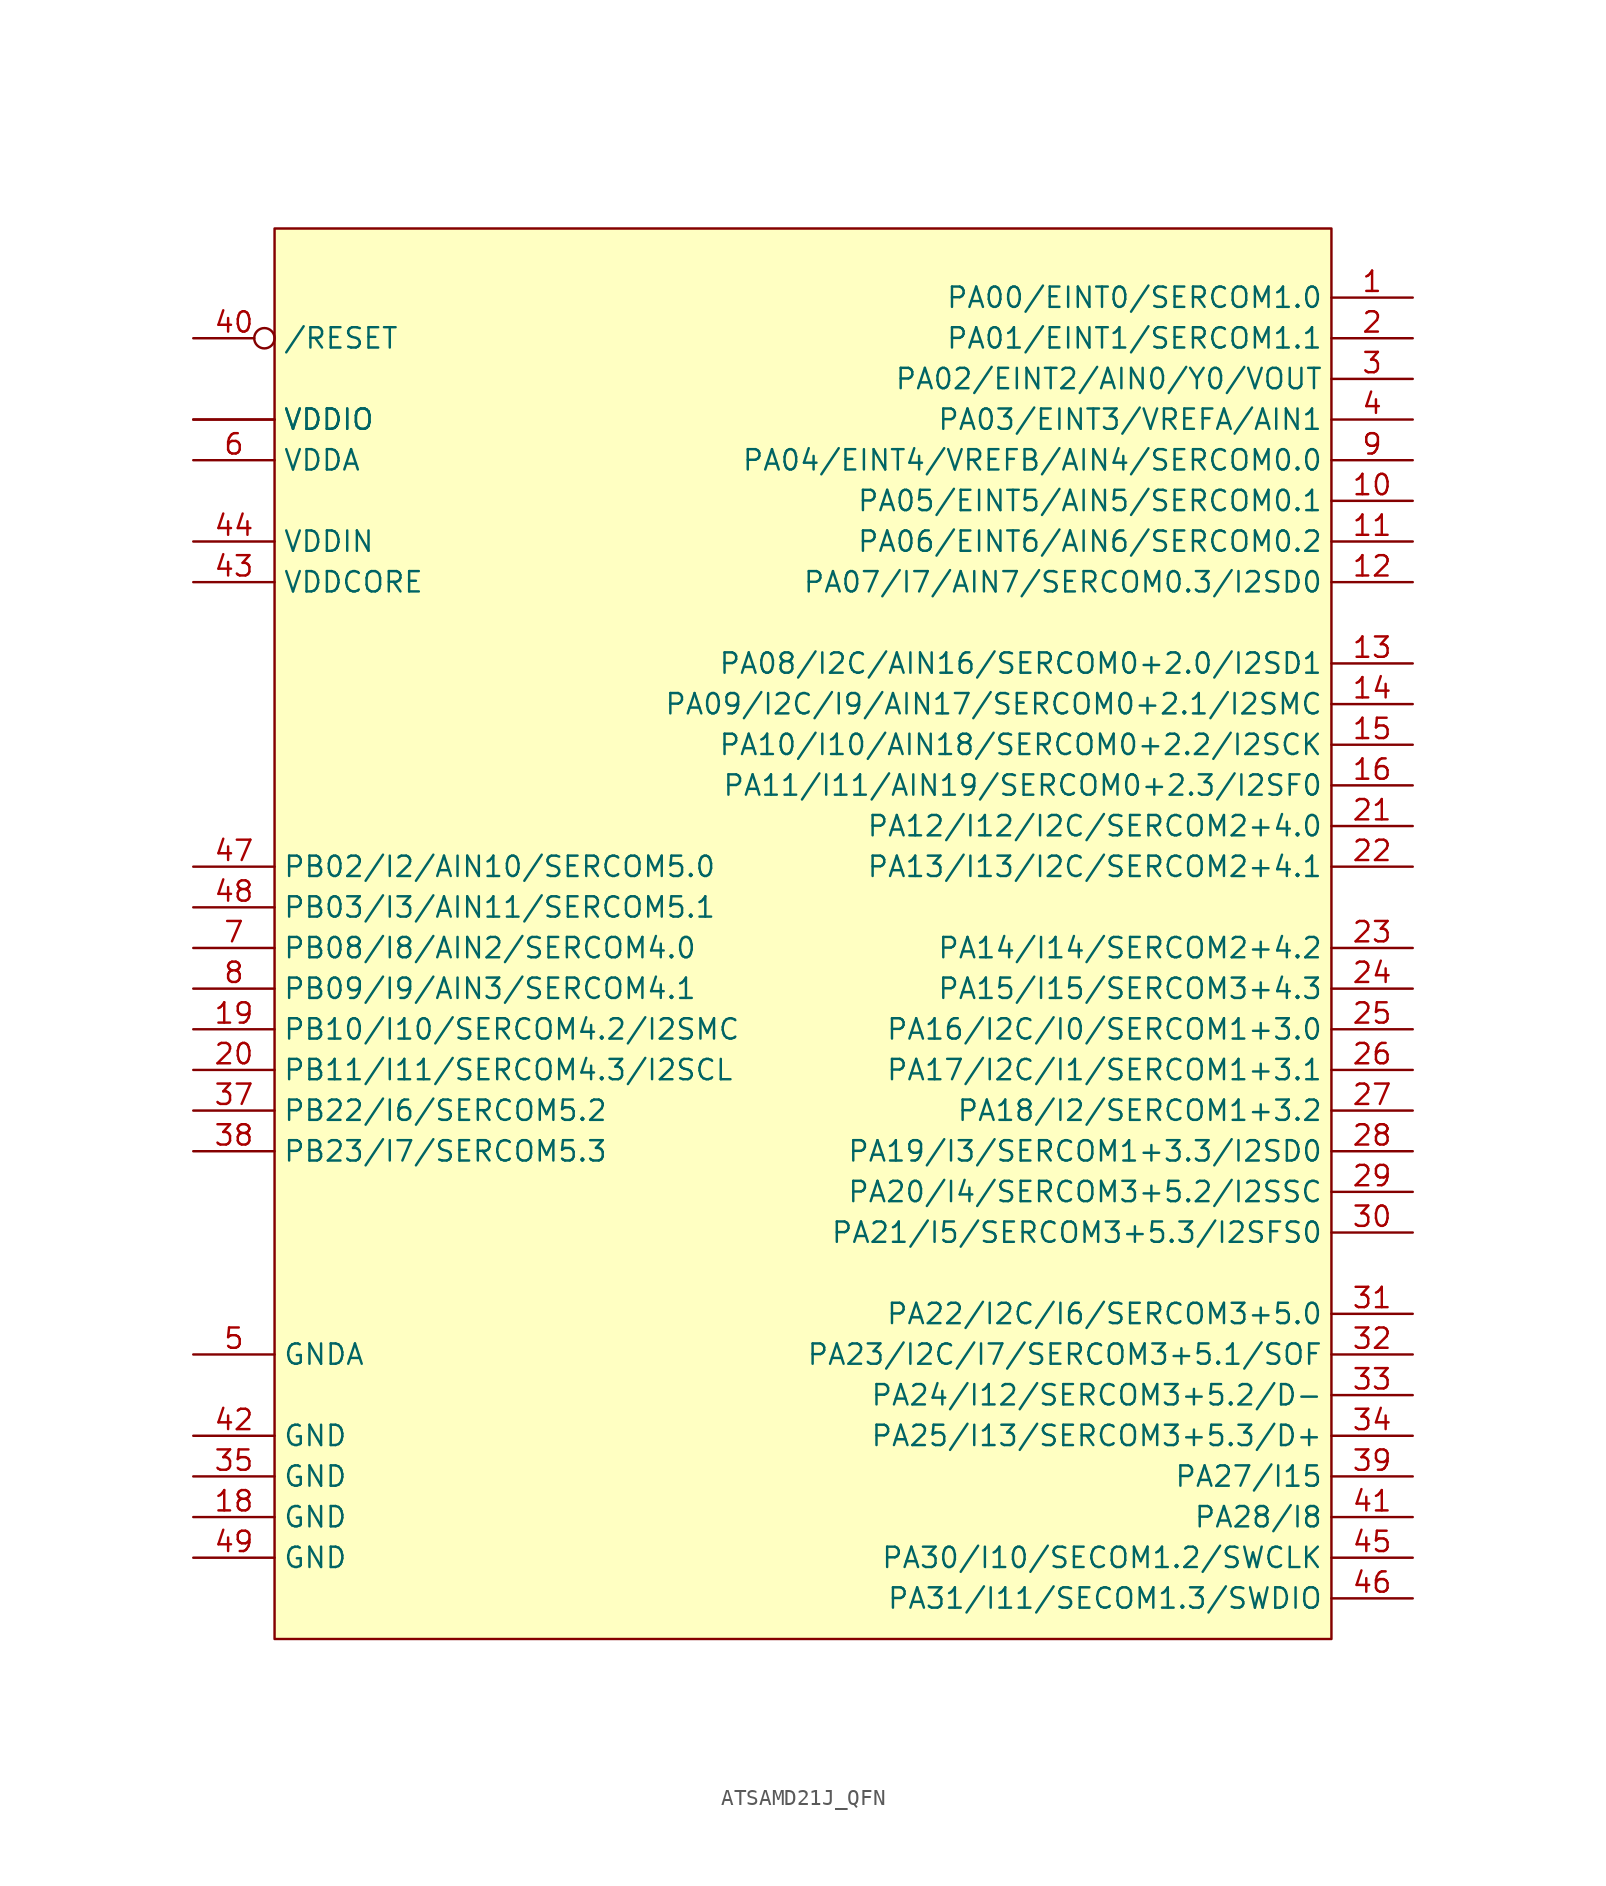
<source format=kicad_sym>
(kicad_symbol_lib
  (version 20241209)
  (generator "kicad_symbol_editor")
  (generator_version "9.0")
  (symbol "ATSAMD21J_QFN"
    (property "Reference" "U"
      (at -18.542 40.64 0)
      (effects (font (size 1.778 1.511)) (justify left bottom) (hide yes)))
    (property "Value" ""
      (at -15.24 40.64 0)
      (effects (font (size 1.778 1.511)) (justify left bottom)))
    (symbol "ATSAMD21J_QFN_1_0"
      (pin bidirectional inverted (at -25.4 33.02 0) (length 5.08) (name "/RESET" (effects (font (size 1.27 1.27)))) (number "40" (effects (font (size 1.27 1.27)))))
      (pin power_in line (at -25.4 27.94 0) (length 5.08) (name "VDDIO" (effects (font (size 1.27 1.27)))) (number "17" (effects (font (size 0 0)))))
      (pin power_in line (at -25.4 27.94 0) (length 5.08) (name "VDDIO" (effects (font (size 1.27 1.27)))) (number "36" (effects (font (size 0 0)))))
      (pin power_in line (at -25.4 25.4 0) (length 5.08) (name "VDDA" (effects (font (size 1.27 1.27)))) (number "6" (effects (font (size 1.27 1.27)))))
      (pin power_in line (at -25.4 20.32 0) (length 5.08) (name "VDDIN" (effects (font (size 1.27 1.27)))) (number "44" (effects (font (size 1.27 1.27)))))
      (pin power_in line (at -25.4 17.78 0) (length 5.08) (name "VDDCORE" (effects (font (size 1.27 1.27)))) (number "43" (effects (font (size 1.27 1.27)))))
      (pin bidirectional line (at -25.4 0 0) (length 5.08) (name "PB02/I2/AIN10/SERCOM5.0" (effects (font (size 1.27 1.27)))) (number "47" (effects (font (size 1.27 1.27)))))
      (pin bidirectional line (at -25.4 -2.54 0) (length 5.08) (name "PB03/I3/AIN11/SERCOM5.1" (effects (font (size 1.27 1.27)))) (number "48" (effects (font (size 1.27 1.27)))))
      (pin bidirectional line (at -25.4 -5.08 0) (length 5.08) (name "PB08/I8/AIN2/SERCOM4.0" (effects (font (size 1.27 1.27)))) (number "7" (effects (font (size 1.27 1.27)))))
      (pin bidirectional line (at -25.4 -7.62 0) (length 5.08) (name "PB09/I9/AIN3/SERCOM4.1" (effects (font (size 1.27 1.27)))) (number "8" (effects (font (size 1.27 1.27)))))
      (pin bidirectional line (at -25.4 -10.16 0) (length 5.08) (name "PB10/I10/SERCOM4.2/I2SMC" (effects (font (size 1.27 1.27)))) (number "19" (effects (font (size 1.27 1.27)))))
      (pin bidirectional line (at -25.4 -12.7 0) (length 5.08) (name "PB11/I11/SERCOM4.3/I2SCL" (effects (font (size 1.27 1.27)))) (number "20" (effects (font (size 1.27 1.27)))))
      (pin bidirectional line (at -25.4 -15.24 0) (length 5.08) (name "PB22/I6/SERCOM5.2" (effects (font (size 1.27 1.27)))) (number "37" (effects (font (size 1.27 1.27)))))
      (pin bidirectional line (at -25.4 -17.78 0) (length 5.08) (name "PB23/I7/SERCOM5.3" (effects (font (size 1.27 1.27)))) (number "38" (effects (font (size 1.27 1.27)))))
      (pin power_in line (at -25.4 -30.48 0) (length 5.08) (name "GNDA" (effects (font (size 1.27 1.27)))) (number "5" (effects (font (size 1.27 1.27)))))
      (pin power_in line (at -25.4 -35.56 0) (length 5.08) (name "GND" (effects (font (size 1.27 1.27)))) (number "42" (effects (font (size 1.27 1.27)))))
      (pin power_in line (at -25.4 -38.1 0) (length 5.08) (name "GND" (effects (font (size 1.27 1.27)))) (number "35" (effects (font (size 1.27 1.27)))))
      (pin power_in line (at -25.4 -40.64 0) (length 5.08) (name "GND" (effects (font (size 1.27 1.27)))) (number "18" (effects (font (size 1.27 1.27)))))
      (pin power_in line (at -25.4 -43.18 0) (length 5.08) (name "GND" (effects (font (size 1.27 1.27)))) (number "49" (effects (font (size 1.27 1.27)))))
      (pin bidirectional line (at 50.8 35.56 180) (length 5.08) (name "PA00/EINT0/SERCOM1.0" (effects (font (size 1.27 1.27)))) (number "1" (effects (font (size 1.27 1.27)))))
      (pin bidirectional line (at 50.8 33.02 180) (length 5.08) (name "PA01/EINT1/SERCOM1.1" (effects (font (size 1.27 1.27)))) (number "2" (effects (font (size 1.27 1.27)))))
      (pin bidirectional line (at 50.8 30.48 180) (length 5.08) (name "PA02/EINT2/AIN0/Y0/VOUT" (effects (font (size 1.27 1.27)))) (number "3" (effects (font (size 1.27 1.27)))))
      (pin bidirectional line (at 50.8 27.94 180) (length 5.08) (name "PA03/EINT3/VREFA/AIN1" (effects (font (size 1.27 1.27)))) (number "4" (effects (font (size 1.27 1.27)))))
      (pin bidirectional line (at 50.8 25.4 180) (length 5.08) (name "PA04/EINT4/VREFB/AIN4/SERCOM0.0" (effects (font (size 1.27 1.27)))) (number "9" (effects (font (size 1.27 1.27)))))
      (pin bidirectional line (at 50.8 22.86 180) (length 5.08) (name "PA05/EINT5/AIN5/SERCOM0.1" (effects (font (size 1.27 1.27)))) (number "10" (effects (font (size 1.27 1.27)))))
      (pin bidirectional line (at 50.8 20.32 180) (length 5.08) (name "PA06/EINT6/AIN6/SERCOM0.2" (effects (font (size 1.27 1.27)))) (number "11" (effects (font (size 1.27 1.27)))))
      (pin bidirectional line (at 50.8 17.78 180) (length 5.08) (name "PA07/I7/AIN7/SERCOM0.3/I2SD0" (effects (font (size 1.27 1.27)))) (number "12" (effects (font (size 1.27 1.27)))))
      (pin bidirectional line (at 50.8 12.7 180) (length 5.08) (name "PA08/I2C/AIN16/SERCOM0+2.0/I2SD1" (effects (font (size 1.27 1.27)))) (number "13" (effects (font (size 1.27 1.27)))))
      (pin bidirectional line (at 50.8 10.16 180) (length 5.08) (name "PA09/I2C/I9/AIN17/SERCOM0+2.1/I2SMC" (effects (font (size 1.27 1.27)))) (number "14" (effects (font (size 1.27 1.27)))))
      (pin bidirectional line (at 50.8 7.62 180) (length 5.08) (name "PA10/I10/AIN18/SERCOM0+2.2/I2SCK" (effects (font (size 1.27 1.27)))) (number "15" (effects (font (size 1.27 1.27)))))
      (pin bidirectional line (at 50.8 5.08 180) (length 5.08) (name "PA11/I11/AIN19/SERCOM0+2.3/I2SF0" (effects (font (size 1.27 1.27)))) (number "16" (effects (font (size 1.27 1.27)))))
      (pin bidirectional line (at 50.8 2.54 180) (length 5.08) (name "PA12/I12/I2C/SERCOM2+4.0" (effects (font (size 1.27 1.27)))) (number "21" (effects (font (size 1.27 1.27)))))
      (pin bidirectional line (at 50.8 0 180) (length 5.08) (name "PA13/I13/I2C/SERCOM2+4.1" (effects (font (size 1.27 1.27)))) (number "22" (effects (font (size 1.27 1.27)))))
      (pin bidirectional line (at 50.8 -5.08 180) (length 5.08) (name "PA14/I14/SERCOM2+4.2" (effects (font (size 1.27 1.27)))) (number "23" (effects (font (size 1.27 1.27)))))
      (pin bidirectional line (at 50.8 -7.62 180) (length 5.08) (name "PA15/I15/SERCOM3+4.3" (effects (font (size 1.27 1.27)))) (number "24" (effects (font (size 1.27 1.27)))))
      (pin bidirectional line (at 50.8 -10.16 180) (length 5.08) (name "PA16/I2C/I0/SERCOM1+3.0" (effects (font (size 1.27 1.27)))) (number "25" (effects (font (size 1.27 1.27)))))
      (pin bidirectional line (at 50.8 -12.7 180) (length 5.08) (name "PA17/I2C/I1/SERCOM1+3.1" (effects (font (size 1.27 1.27)))) (number "26" (effects (font (size 1.27 1.27)))))
      (pin bidirectional line (at 50.8 -15.24 180) (length 5.08) (name "PA18/I2/SERCOM1+3.2" (effects (font (size 1.27 1.27)))) (number "27" (effects (font (size 1.27 1.27)))))
      (pin bidirectional line (at 50.8 -17.78 180) (length 5.08) (name "PA19/I3/SERCOM1+3.3/I2SD0" (effects (font (size 1.27 1.27)))) (number "28" (effects (font (size 1.27 1.27)))))
      (pin bidirectional line (at 50.8 -20.32 180) (length 5.08) (name "PA20/I4/SERCOM3+5.2/I2SSC" (effects (font (size 1.27 1.27)))) (number "29" (effects (font (size 1.27 1.27)))))
      (pin bidirectional line (at 50.8 -22.86 180) (length 5.08) (name "PA21/I5/SERCOM3+5.3/I2SFS0" (effects (font (size 1.27 1.27)))) (number "30" (effects (font (size 1.27 1.27)))))
      (pin bidirectional line (at 50.8 -27.94 180) (length 5.08) (name "PA22/I2C/I6/SERCOM3+5.0" (effects (font (size 1.27 1.27)))) (number "31" (effects (font (size 1.27 1.27)))))
      (pin bidirectional line (at 50.8 -30.48 180) (length 5.08) (name "PA23/I2C/I7/SERCOM3+5.1/SOF" (effects (font (size 1.27 1.27)))) (number "32" (effects (font (size 1.27 1.27)))))
      (pin bidirectional line (at 50.8 -33.02 180) (length 5.08) (name "PA24/I12/SERCOM3+5.2/D-" (effects (font (size 1.27 1.27)))) (number "33" (effects (font (size 1.27 1.27)))))
      (pin bidirectional line (at 50.8 -35.56 180) (length 5.08) (name "PA25/I13/SERCOM3+5.3/D+" (effects (font (size 1.27 1.27)))) (number "34" (effects (font (size 1.27 1.27)))))
      (pin bidirectional line (at 50.8 -38.1 180) (length 5.08) (name "PA27/I15" (effects (font (size 1.27 1.27)))) (number "39" (effects (font (size 1.27 1.27)))))
      (pin bidirectional line (at 50.8 -40.64 180) (length 5.08) (name "PA28/I8" (effects (font (size 1.27 1.27)))) (number "41" (effects (font (size 1.27 1.27)))))
      (pin bidirectional line (at 50.8 -43.18 180) (length 5.08) (name "PA30/I10/SECOM1.2/SWCLK" (effects (font (size 1.27 1.27)))) (number "45" (effects (font (size 1.27 1.27)))))
      (pin bidirectional line (at 50.8 -45.72 180) (length 5.08) (name "PA31/I11/SECOM1.3/SWDIO" (effects (font (size 1.27 1.27)))) (number "46" (effects (font (size 1.27 1.27))))))
    (symbol "ATSAMD21J_QFN_1_1"
      (rectangle (start -20.32 39.878) (end 45.72 -48.26) (stroke (width 0) (type default)) (fill (type background))))))
</source>
